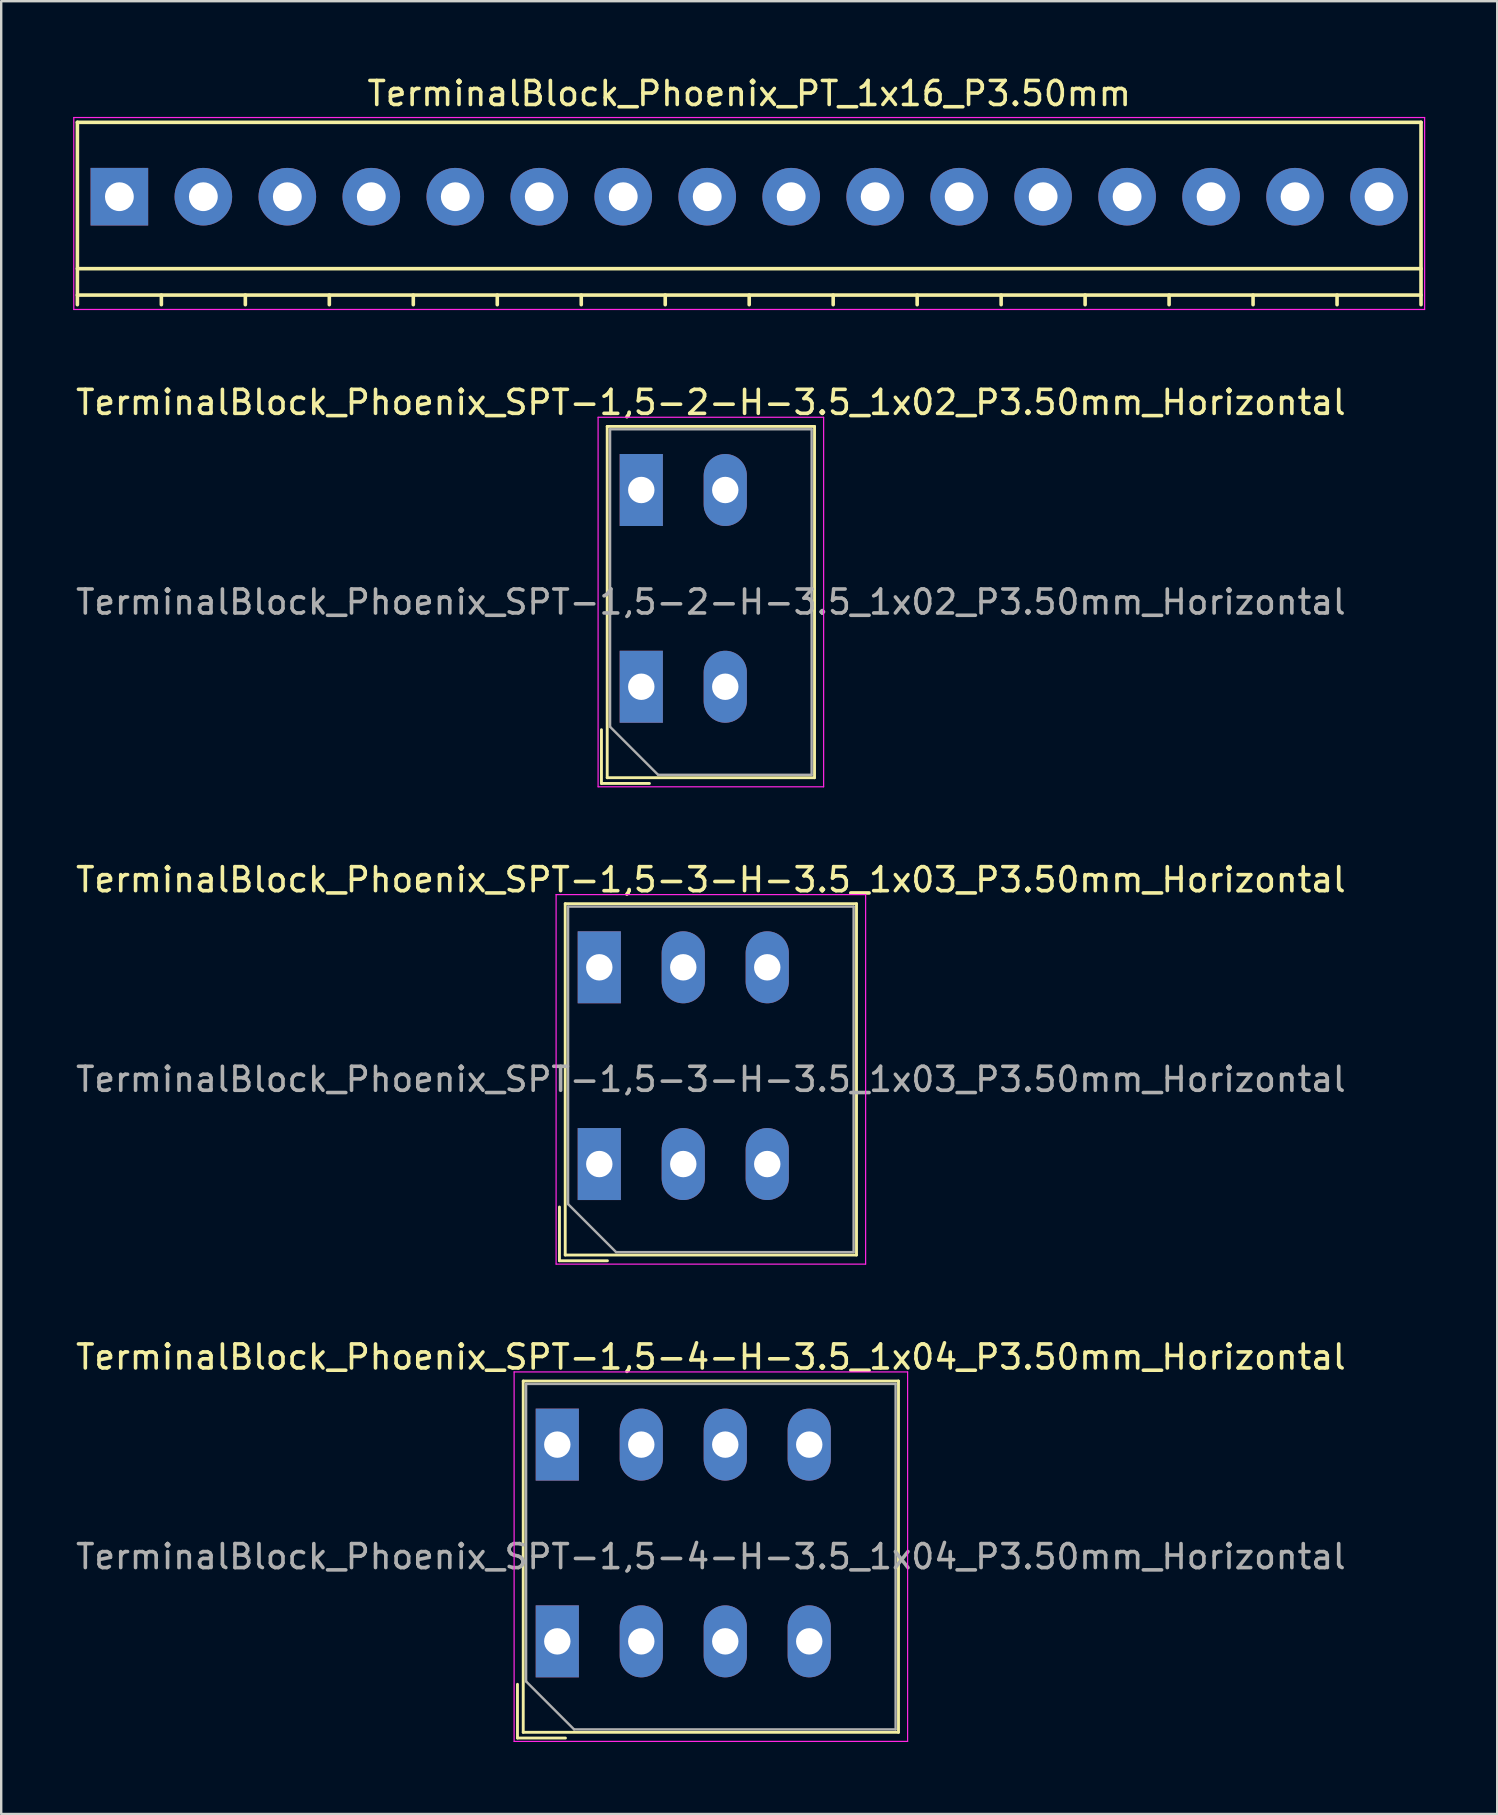
<source format=kicad_pcb>
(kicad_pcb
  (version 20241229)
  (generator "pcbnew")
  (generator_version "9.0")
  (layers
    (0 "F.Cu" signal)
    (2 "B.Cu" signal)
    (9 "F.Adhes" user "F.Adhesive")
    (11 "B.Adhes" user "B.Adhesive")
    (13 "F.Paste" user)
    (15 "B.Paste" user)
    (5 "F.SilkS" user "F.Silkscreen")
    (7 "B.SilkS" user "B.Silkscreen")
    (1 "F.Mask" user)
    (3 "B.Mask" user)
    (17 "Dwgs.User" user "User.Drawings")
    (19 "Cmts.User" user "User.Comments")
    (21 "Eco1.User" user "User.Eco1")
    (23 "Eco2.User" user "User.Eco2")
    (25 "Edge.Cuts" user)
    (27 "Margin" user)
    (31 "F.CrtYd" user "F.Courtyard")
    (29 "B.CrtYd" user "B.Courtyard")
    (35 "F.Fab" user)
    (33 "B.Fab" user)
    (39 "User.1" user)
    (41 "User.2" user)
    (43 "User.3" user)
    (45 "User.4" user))
  (footprint "TerminalBlock_Phoenix_SPT-1,5-4-H-3.5_1x04_P3.50mm_Horizontal"
    (layer "F.Cu")
    (at 20.177 65.358)
    (property "Reference" "TerminalBlock_Phoenix_SPT-1,5-4-H-3.5_1x04_P3.50mm_Horizontal" (at 6.4 -11.85 0) (layer "F.SilkS") (effects (font (size 1 1) (thickness 0.15))))
    (attr through_hole)
    (fp_line (start -1.66 1.79) (end -1.66 4.03) (stroke (width 0.12) (type solid)) (layer "F.SilkS"))
    (fp_line (start -1.66 4.03) (end 0.34 4.03) (stroke (width 0.12) (type solid)) (layer "F.SilkS"))
    (fp_line (start -1.42 -10.85) (end -1.42 3.791) (stroke (width 0.12) (type solid)) (layer "F.SilkS"))
    (fp_line (start -1.42 -10.85) (end 14.22 -10.85) (stroke (width 0.12) (type solid)) (layer "F.SilkS"))
    (fp_line (start -1.42 3.791) (end 14.22 3.791) (stroke (width 0.12) (type solid)) (layer "F.SilkS"))
    (fp_line (start 14.22 -10.85) (end 14.22 3.791) (stroke (width 0.12) (type solid)) (layer "F.SilkS"))
    (fp_line (start -1.8 -11.23) (end -1.8 4.17) (stroke (width 0.05) (type solid)) (layer "F.CrtYd"))
    (fp_line (start -1.8 4.17) (end 14.6 4.17) (stroke (width 0.05) (type solid)) (layer "F.CrtYd"))
    (fp_line (start 14.6 -11.23) (end -1.8 -11.23) (stroke (width 0.05) (type solid)) (layer "F.CrtYd"))
    (fp_line (start 14.6 4.17) (end 14.6 -11.23) (stroke (width 0.05) (type solid)) (layer "F.CrtYd"))
    (fp_line (start -1.3 -10.73) (end 14.1 -10.73) (stroke (width 0.1) (type solid)) (layer "F.Fab"))
    (fp_line (start -1.3 1.67) (end -1.3 -10.73) (stroke (width 0.1) (type solid)) (layer "F.Fab"))
    (fp_line (start 0.7 3.67) (end -1.3 1.67) (stroke (width 0.1) (type solid)) (layer "F.Fab"))
    (fp_line (start 14.1 -10.73) (end 14.1 3.67) (stroke (width 0.1) (type solid)) (layer "F.Fab"))
    (fp_line (start 14.1 3.67) (end 0.7 3.67) (stroke (width 0.1) (type solid)) (layer "F.Fab"))
    (fp_text user "${REFERENCE}" (at 6.4 -3.53 0) (layer "F.Fab") (effects (font (size 1 1) (thickness 0.15))))
    (pad "1" thru_hole rect (at 0 -8.2) (size 1.8 3) (drill 1.1) (layers "*.Cu" "*.Mask"))
    (pad "1" thru_hole rect (at 0 0) (size 1.8 3) (drill 1.1) (layers "*.Cu" "*.Mask"))
    (pad "2" thru_hole oval (at 3.5 -8.2) (size 1.8 3) (drill 1.1) (layers "*.Cu" "*.Mask"))
    (pad "2" thru_hole oval (at 3.5 0) (size 1.8 3) (drill 1.1) (layers "*.Cu" "*.Mask"))
    (pad "3" thru_hole oval (at 7 -8.2) (size 1.8 3) (drill 1.1) (layers "*.Cu" "*.Mask"))
    (pad "3" thru_hole oval (at 7 0) (size 1.8 3) (drill 1.1) (layers "*.Cu" "*.Mask"))
    (pad "4" thru_hole oval (at 10.5 -8.2) (size 1.8 3) (drill 1.1) (layers "*.Cu" "*.Mask"))
    (pad "4" thru_hole oval (at 10.5 0) (size 1.8 3) (drill 1.1) (layers "*.Cu" "*.Mask")))
  (footprint "TerminalBlock_Phoenix_PT_1x16_P3.50mm"
    (layer "F.Cu")
    (at 1.925 5.148)
    (property "Reference" "TerminalBlock_Phoenix_PT_1x16_P3.50mm" (at 26.25 -4.3 0) (layer "F.SilkS") (effects (font (size 1 1) (thickness 0.15))))
    (attr through_hole)
    (fp_line (start -1.75 -3.1) (end -1.75 4.5) (stroke (width 0.15) (type solid)) (layer "F.SilkS"))
    (fp_line (start -1.75 3) (end 54.25 3) (stroke (width 0.15) (type solid)) (layer "F.SilkS"))
    (fp_line (start -1.75 4.1) (end 54.25 4.1) (stroke (width 0.15) (type solid)) (layer "F.SilkS"))
    (fp_line (start 1.75 4.1) (end 1.75 4.5) (stroke (width 0.15) (type solid)) (layer "F.SilkS"))
    (fp_line (start 5.25 4.1) (end 5.25 4.5) (stroke (width 0.15) (type solid)) (layer "F.SilkS"))
    (fp_line (start 8.75 4.1) (end 8.75 4.5) (stroke (width 0.15) (type solid)) (layer "F.SilkS"))
    (fp_line (start 12.25 4.1) (end 12.25 4.5) (stroke (width 0.15) (type solid)) (layer "F.SilkS"))
    (fp_line (start 15.75 4.1) (end 15.75 4.5) (stroke (width 0.15) (type solid)) (layer "F.SilkS"))
    (fp_line (start 19.25 4.1) (end 19.25 4.5) (stroke (width 0.15) (type solid)) (layer "F.SilkS"))
    (fp_line (start 22.75 4.1) (end 22.75 4.5) (stroke (width 0.15) (type solid)) (layer "F.SilkS"))
    (fp_line (start 26.25 4.1) (end 26.25 4.5) (stroke (width 0.15) (type solid)) (layer "F.SilkS"))
    (fp_line (start 29.75 4.1) (end 29.75 4.5) (stroke (width 0.15) (type solid)) (layer "F.SilkS"))
    (fp_line (start 33.25 4.1) (end 33.25 4.5) (stroke (width 0.15) (type solid)) (layer "F.SilkS"))
    (fp_line (start 36.75 4.1) (end 36.75 4.5) (stroke (width 0.15) (type solid)) (layer "F.SilkS"))
    (fp_line (start 40.25 4.1) (end 40.25 4.5) (stroke (width 0.15) (type solid)) (layer "F.SilkS"))
    (fp_line (start 43.75 4.1) (end 43.75 4.5) (stroke (width 0.15) (type solid)) (layer "F.SilkS"))
    (fp_line (start 47.25 4.1) (end 47.25 4.5) (stroke (width 0.15) (type solid)) (layer "F.SilkS"))
    (fp_line (start 50.75 4.1) (end 50.75 4.5) (stroke (width 0.15) (type solid)) (layer "F.SilkS"))
    (fp_line (start 54.25 -3.1) (end -1.75 -3.1) (stroke (width 0.15) (type solid)) (layer "F.SilkS"))
    (fp_line (start 54.25 4.5) (end 54.25 -3.1) (stroke (width 0.15) (type solid)) (layer "F.SilkS"))
    (fp_line (start -1.9 -3.3) (end 54.4 -3.3) (stroke (width 0.05) (type solid)) (layer "F.CrtYd"))
    (fp_line (start -1.9 4.7) (end -1.9 -3.3) (stroke (width 0.05) (type solid)) (layer "F.CrtYd"))
    (fp_line (start 54.4 -3.3) (end 54.4 4.7) (stroke (width 0.05) (type solid)) (layer "F.CrtYd"))
    (fp_line (start 54.4 4.7) (end -1.9 4.7) (stroke (width 0.05) (type solid)) (layer "F.CrtYd"))
    (pad "1" thru_hole rect (at 0 0 180) (size 2.4 2.4) (drill 1.2) (layers "*.Cu" "*.Mask"))
    (pad "2" thru_hole circle (at 3.5 0 180) (size 2.4 2.4) (drill 1.2) (layers "*.Cu" "*.Mask"))
    (pad "3" thru_hole circle (at 7 0 180) (size 2.4 2.4) (drill 1.2) (layers "*.Cu" "*.Mask"))
    (pad "4" thru_hole circle (at 10.5 0 180) (size 2.4 2.4) (drill 1.2) (layers "*.Cu" "*.Mask"))
    (pad "5" thru_hole circle (at 14 0 180) (size 2.4 2.4) (drill 1.2) (layers "*.Cu" "*.Mask"))
    (pad "6" thru_hole circle (at 17.5 0 180) (size 2.4 2.4) (drill 1.2) (layers "*.Cu" "*.Mask"))
    (pad "7" thru_hole circle (at 21 0 180) (size 2.4 2.4) (drill 1.2) (layers "*.Cu" "*.Mask"))
    (pad "8" thru_hole circle (at 24.5 0 180) (size 2.4 2.4) (drill 1.2) (layers "*.Cu" "*.Mask"))
    (pad "9" thru_hole circle (at 28 0 180) (size 2.4 2.4) (drill 1.2) (layers "*.Cu" "*.Mask"))
    (pad "10" thru_hole circle (at 31.5 0 180) (size 2.4 2.4) (drill 1.2) (layers "*.Cu" "*.Mask"))
    (pad "11" thru_hole circle (at 35 0 180) (size 2.4 2.4) (drill 1.2) (layers "*.Cu" "*.Mask"))
    (pad "12" thru_hole circle (at 38.5 0 180) (size 2.4 2.4) (drill 1.2) (layers "*.Cu" "*.Mask"))
    (pad "13" thru_hole circle (at 42 0 180) (size 2.4 2.4) (drill 1.2) (layers "*.Cu" "*.Mask"))
    (pad "14" thru_hole circle (at 45.5 0 180) (size 2.4 2.4) (drill 1.2) (layers "*.Cu" "*.Mask"))
    (pad "15" thru_hole circle (at 49 0 180) (size 2.4 2.4) (drill 1.2) (layers "*.Cu" "*.Mask"))
    (pad "16" thru_hole circle (at 52.5 0 180) (size 2.4 2.4) (drill 1.2) (layers "*.Cu" "*.Mask")))
  (footprint "TerminalBlock_Phoenix_SPT-1,5-2-H-3.5_1x02_P3.50mm_Horizontal"
    (layer "F.Cu")
    (at 23.677 25.572)
    (property "Reference" "TerminalBlock_Phoenix_SPT-1,5-2-H-3.5_1x02_P3.50mm_Horizontal" (at 2.9 -11.85 0) (layer "F.SilkS") (effects (font (size 1 1) (thickness 0.15))))
    (attr through_hole)
    (fp_line (start -1.66 1.79) (end -1.66 4.03) (stroke (width 0.12) (type solid)) (layer "F.SilkS"))
    (fp_line (start -1.66 4.03) (end 0.34 4.03) (stroke (width 0.12) (type solid)) (layer "F.SilkS"))
    (fp_line (start -1.42 -10.85) (end -1.42 3.791) (stroke (width 0.12) (type solid)) (layer "F.SilkS"))
    (fp_line (start -1.42 -10.85) (end 7.221 -10.85) (stroke (width 0.12) (type solid)) (layer "F.SilkS"))
    (fp_line (start -1.42 3.791) (end 7.221 3.791) (stroke (width 0.12) (type solid)) (layer "F.SilkS"))
    (fp_line (start 7.221 -10.85) (end 7.221 3.791) (stroke (width 0.12) (type solid)) (layer "F.SilkS"))
    (fp_line (start -1.8 -11.23) (end -1.8 4.17) (stroke (width 0.05) (type solid)) (layer "F.CrtYd"))
    (fp_line (start -1.8 4.17) (end 7.6 4.17) (stroke (width 0.05) (type solid)) (layer "F.CrtYd"))
    (fp_line (start 7.6 -11.23) (end -1.8 -11.23) (stroke (width 0.05) (type solid)) (layer "F.CrtYd"))
    (fp_line (start 7.6 4.17) (end 7.6 -11.23) (stroke (width 0.05) (type solid)) (layer "F.CrtYd"))
    (fp_line (start -1.3 -10.73) (end 7.1 -10.73) (stroke (width 0.1) (type solid)) (layer "F.Fab"))
    (fp_line (start -1.3 1.67) (end -1.3 -10.73) (stroke (width 0.1) (type solid)) (layer "F.Fab"))
    (fp_line (start 0.7 3.67) (end -1.3 1.67) (stroke (width 0.1) (type solid)) (layer "F.Fab"))
    (fp_line (start 7.1 -10.73) (end 7.1 3.67) (stroke (width 0.1) (type solid)) (layer "F.Fab"))
    (fp_line (start 7.1 3.67) (end 0.7 3.67) (stroke (width 0.1) (type solid)) (layer "F.Fab"))
    (fp_text user "${REFERENCE}" (at 2.9 -3.53 0) (layer "F.Fab") (effects (font (size 1 1) (thickness 0.15))))
    (pad "1" thru_hole rect (at 0 -8.2) (size 1.8 3) (drill 1.1) (layers "*.Cu" "*.Mask"))
    (pad "1" thru_hole rect (at 0 0) (size 1.8 3) (drill 1.1) (layers "*.Cu" "*.Mask"))
    (pad "2" thru_hole oval (at 3.5 -8.2) (size 1.8 3) (drill 1.1) (layers "*.Cu" "*.Mask"))
    (pad "2" thru_hole oval (at 3.5 0) (size 1.8 3) (drill 1.1) (layers "*.Cu" "*.Mask")))
  (footprint "TerminalBlock_Phoenix_SPT-1,5-3-H-3.5_1x03_P3.50mm_Horizontal"
    (layer "F.Cu")
    (at 21.927 45.465)
    (property "Reference" "TerminalBlock_Phoenix_SPT-1,5-3-H-3.5_1x03_P3.50mm_Horizontal" (at 4.65 -11.85 0) (layer "F.SilkS") (effects (font (size 1 1) (thickness 0.15))))
    (attr through_hole)
    (fp_line (start -1.66 1.79) (end -1.66 4.03) (stroke (width 0.12) (type solid)) (layer "F.SilkS"))
    (fp_line (start -1.66 4.03) (end 0.34 4.03) (stroke (width 0.12) (type solid)) (layer "F.SilkS"))
    (fp_line (start -1.42 -10.85) (end -1.42 3.791) (stroke (width 0.12) (type solid)) (layer "F.SilkS"))
    (fp_line (start -1.42 -10.85) (end 10.72 -10.85) (stroke (width 0.12) (type solid)) (layer "F.SilkS"))
    (fp_line (start -1.42 3.791) (end 10.72 3.791) (stroke (width 0.12) (type solid)) (layer "F.SilkS"))
    (fp_line (start 10.72 -10.85) (end 10.72 3.791) (stroke (width 0.12) (type solid)) (layer "F.SilkS"))
    (fp_line (start -1.8 -11.23) (end -1.8 4.17) (stroke (width 0.05) (type solid)) (layer "F.CrtYd"))
    (fp_line (start -1.8 4.17) (end 11.1 4.17) (stroke (width 0.05) (type solid)) (layer "F.CrtYd"))
    (fp_line (start 11.1 -11.23) (end -1.8 -11.23) (stroke (width 0.05) (type solid)) (layer "F.CrtYd"))
    (fp_line (start 11.1 4.17) (end 11.1 -11.23) (stroke (width 0.05) (type solid)) (layer "F.CrtYd"))
    (fp_line (start -1.3 -10.73) (end 10.6 -10.73) (stroke (width 0.1) (type solid)) (layer "F.Fab"))
    (fp_line (start -1.3 1.67) (end -1.3 -10.73) (stroke (width 0.1) (type solid)) (layer "F.Fab"))
    (fp_line (start 0.7 3.67) (end -1.3 1.67) (stroke (width 0.1) (type solid)) (layer "F.Fab"))
    (fp_line (start 10.6 -10.73) (end 10.6 3.67) (stroke (width 0.1) (type solid)) (layer "F.Fab"))
    (fp_line (start 10.6 3.67) (end 0.7 3.67) (stroke (width 0.1) (type solid)) (layer "F.Fab"))
    (fp_text user "${REFERENCE}" (at 4.65 -3.53 0) (layer "F.Fab") (effects (font (size 1 1) (thickness 0.15))))
    (pad "1" thru_hole rect (at 0 -8.2) (size 1.8 3) (drill 1.1) (layers "*.Cu" "*.Mask"))
    (pad "1" thru_hole rect (at 0 0) (size 1.8 3) (drill 1.1) (layers "*.Cu" "*.Mask"))
    (pad "2" thru_hole oval (at 3.5 -8.2) (size 1.8 3) (drill 1.1) (layers "*.Cu" "*.Mask"))
    (pad "2" thru_hole oval (at 3.5 0) (size 1.8 3) (drill 1.1) (layers "*.Cu" "*.Mask"))
    (pad "3" thru_hole oval (at 7 -8.2) (size 1.8 3) (drill 1.1) (layers "*.Cu" "*.Mask"))
    (pad "3" thru_hole oval (at 7 0) (size 1.8 3) (drill 1.1) (layers "*.Cu" "*.Mask")))
  (gr_rect
    (start -3 -3)
    (end 59.35 72.553)
    (stroke (width 0.1) (type default))
    (fill no)
    (layer "Edge.Cuts")))
</source>
